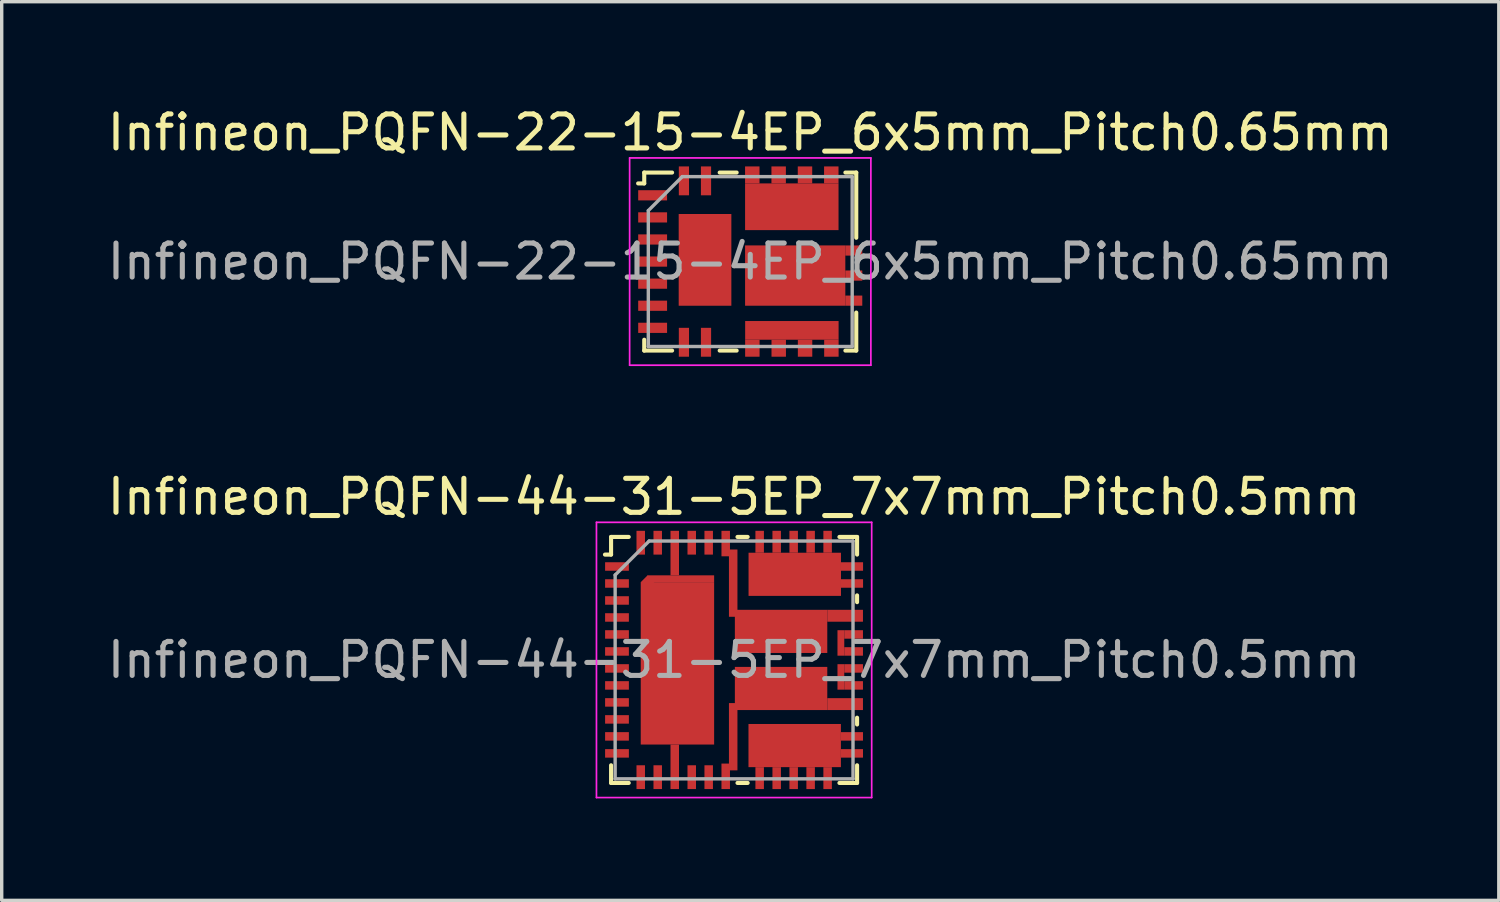
<source format=kicad_pcb>
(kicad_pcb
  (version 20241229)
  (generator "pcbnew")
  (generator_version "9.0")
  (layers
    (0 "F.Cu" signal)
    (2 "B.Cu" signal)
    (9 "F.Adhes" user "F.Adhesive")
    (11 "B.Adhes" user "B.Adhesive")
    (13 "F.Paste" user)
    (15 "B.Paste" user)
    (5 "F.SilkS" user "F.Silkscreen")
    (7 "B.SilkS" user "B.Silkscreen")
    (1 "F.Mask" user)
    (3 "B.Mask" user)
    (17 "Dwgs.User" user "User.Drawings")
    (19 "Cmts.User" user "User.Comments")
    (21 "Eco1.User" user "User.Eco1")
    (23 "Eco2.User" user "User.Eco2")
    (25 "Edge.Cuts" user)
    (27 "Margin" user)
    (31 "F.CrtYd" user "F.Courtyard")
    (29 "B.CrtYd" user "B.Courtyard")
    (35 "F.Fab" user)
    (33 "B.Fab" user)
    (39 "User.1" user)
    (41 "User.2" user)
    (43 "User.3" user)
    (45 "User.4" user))
  (footprint "Infineon_PQFN-22-15-4EP_6x5mm_Pitch0.65mm"
    (layer "F.Cu")
    (at 19.03 4.648)
    (property "Reference" "Infineon_PQFN-22-15-4EP_6x5mm_Pitch0.65mm" (at 0 -3.8 0) (layer "F.SilkS") (effects (font (size 1 1) (thickness 0.15))))
    (attr smd)
    (fp_line (start -3.12 -2.3) (end -3.3 -2.3) (stroke (width 0.12) (type solid)) (layer "F.SilkS"))
    (fp_line (start -3.12 -2.3) (end -3.12 -2.62) (stroke (width 0.12) (type solid)) (layer "F.SilkS"))
    (fp_line (start -3.12 2.62) (end -3.12 2.3) (stroke (width 0.12) (type solid)) (layer "F.SilkS"))
    (fp_line (start -2.3 -2.62) (end -3.12 -2.62) (stroke (width 0.12) (type solid)) (layer "F.SilkS"))
    (fp_line (start -2.3 2.62) (end -3.12 2.62) (stroke (width 0.12) (type solid)) (layer "F.SilkS"))
    (fp_line (start -0.9 -2.62) (end -0.4 -2.62) (stroke (width 0.12) (type solid)) (layer "F.SilkS"))
    (fp_line (start -0.9 2.62) (end -0.4 2.62) (stroke (width 0.12) (type solid)) (layer "F.SilkS"))
    (fp_line (start 3.12 -2.62) (end 2.8 -2.62) (stroke (width 0.12) (type solid)) (layer "F.SilkS"))
    (fp_line (start 3.12 -2.62) (end 3.12 -0.7) (stroke (width 0.12) (type solid)) (layer "F.SilkS"))
    (fp_line (start 3.12 1.5) (end 3.12 2.62) (stroke (width 0.12) (type solid)) (layer "F.SilkS"))
    (fp_line (start 3.12 2.62) (end 2.8 2.62) (stroke (width 0.12) (type solid)) (layer "F.SilkS"))
    (fp_line (start -3.55 -3.05) (end -3.55 3.05) (stroke (width 0.05) (type solid)) (layer "F.CrtYd"))
    (fp_line (start -3.55 3.05) (end 3.55 3.05) (stroke (width 0.05) (type solid)) (layer "F.CrtYd"))
    (fp_line (start 3.55 -3.05) (end -3.55 -3.05) (stroke (width 0.05) (type solid)) (layer "F.CrtYd"))
    (fp_line (start 3.55 3.05) (end 3.55 -3.05) (stroke (width 0.05) (type solid)) (layer "F.CrtYd"))
    (fp_line (start -3 2.5) (end -3 -1.5) (stroke (width 0.1) (type solid)) (layer "F.Fab"))
    (fp_line (start -2 -2.5) (end -3 -1.5) (stroke (width 0.1) (type solid)) (layer "F.Fab"))
    (fp_line (start -2 -2.5) (end 3 -2.5) (stroke (width 0.1) (type solid)) (layer "F.Fab"))
    (fp_line (start 3 -2.5) (end 3 2.5) (stroke (width 0.1) (type solid)) (layer "F.Fab"))
    (fp_line (start 3 2.5) (end -3 2.5) (stroke (width 0.1) (type solid)) (layer "F.Fab"))
    (fp_text user "${REFERENCE}" (at 0 0 0) (layer "F.Fab") (effects (font (size 1 1) (thickness 0.15))))
    (pad "" smd rect (at -2.873 -1.95) (size 0.8 0.27) (layers "F.Paste"))
    (pad "" smd rect (at -2.873 -1.3) (size 0.8 0.27) (layers "F.Paste"))
    (pad "" smd rect (at -2.873 -0.65) (size 0.8 0.27) (layers "F.Paste"))
    (pad "" smd rect (at -2.873 0) (size 0.8 0.27) (layers "F.Paste"))
    (pad "" smd rect (at -2.873 0.65) (size 0.8 0.27) (layers "F.Paste"))
    (pad "" smd rect (at -2.873 1.3) (size 0.8 0.27) (layers "F.Paste"))
    (pad "" smd rect (at -2.873 1.95) (size 0.8 0.27) (layers "F.Paste"))
    (pad "" smd rect (at -1.952 -2.37) (size 0.27 0.8) (layers "F.Paste"))
    (pad "" smd rect (at -1.952 2.37) (size 0.27 0.8) (layers "F.Paste"))
    (pad "" smd rect (at -1.752 -0.795) (size 0.7 1.22) (layers "F.Paste"))
    (pad "" smd rect (at -1.752 0.695) (size 0.7 1.22) (layers "F.Paste"))
    (pad "" smd rect (at -1.302 -2.37) (size 0.27 0.8) (layers "F.Paste"))
    (pad "" smd rect (at -1.302 2.37) (size 0.27 0.8) (layers "F.Paste"))
    (pad "" smd rect (at -0.902 -0.795) (size 0.7 1.22) (layers "F.Paste"))
    (pad "" smd rect (at -0.902 0.695) (size 0.7 1.22) (layers "F.Paste"))
    (pad "" smd rect (at 0.06 -2.4) (size 0.425 0.625) (layers "F.Paste"))
    (pad "" smd rect (at 0.062 2.22) (size 0.425 0.95) (layers "F.Paste"))
    (pad "" smd rect (at 0.468 0.412) (size 1.24 1.78) (layers "F.Paste"))
    (pad "" smd rect (at 0.527 -1.45) (size 1.25 0.96) (layers "F.Paste"))
    (pad "" smd rect (at 0.836 -2.4) (size 0.425 0.625) (layers "F.Paste"))
    (pad "" smd rect (at 0.838 2.22) (size 0.425 0.95) (layers "F.Paste"))
    (pad "" smd rect (at 1.611 -2.4) (size 0.425 0.625) (layers "F.Paste"))
    (pad "" smd rect (at 1.613 2.22) (size 0.425 0.95) (layers "F.Paste"))
    (pad "" smd rect (at 1.847 0.412) (size 1.24 1.78) (layers "F.Paste"))
    (pad "" smd rect (at 1.927 -1.45) (size 1.25 0.96) (layers "F.Paste"))
    (pad "" smd rect (at 2.385 -2.4) (size 0.425 0.625) (layers "F.Paste"))
    (pad "" smd rect (at 2.388 2.22) (size 0.425 0.95) (layers "F.Paste"))
    (pad "" smd rect (at 2.908 -0.328) (size 0.625 0.29) (layers "F.Paste"))
    (pad "" smd rect (at 2.908 0.412) (size 0.625 0.29) (layers "F.Paste"))
    (pad "" smd rect (at 2.908 1.153) (size 0.625 0.29) (layers "F.Paste"))
    (pad "1" smd rect (at -2.873 -1.95) (size 0.85 0.3) (layers "F.Cu" "F.Mask"))
    (pad "2" smd rect (at -2.873 -1.3) (size 0.85 0.3) (layers "F.Cu" "F.Mask"))
    (pad "3" smd rect (at -2.873 -0.65) (size 0.85 0.3) (layers "F.Cu" "F.Mask"))
    (pad "4" smd rect (at -2.873 0) (size 0.85 0.3) (layers "F.Cu" "F.Mask"))
    (pad "5" smd rect (at -2.873 0.65) (size 0.85 0.3) (layers "F.Cu" "F.Mask"))
    (pad "6" smd rect (at -2.873 1.3) (size 0.85 0.3) (layers "F.Cu" "F.Mask"))
    (pad "7" smd rect (at -2.873 1.95) (size 0.85 0.3) (layers "F.Cu" "F.Mask"))
    (pad "8" smd rect (at -1.952 2.375) (size 0.3 0.85) (layers "F.Cu" "F.Mask"))
    (pad "9" smd rect (at -1.302 2.375) (size 0.3 0.85) (layers "F.Cu" "F.Mask"))
    (pad "10" smd rect (at 0.062 2.55) (size 0.425 0.5) (layers "F.Cu" "F.Mask"))
    (pad "10" smd rect (at 0.838 2.55) (size 0.425 0.5) (layers "F.Cu" "F.Mask"))
    (pad "10" smd rect (at 1.225 2.025) (size 2.75 0.55) (layers "F.Cu" "F.Mask"))
    (pad "10" smd rect (at 1.613 2.55) (size 0.425 0.5) (layers "F.Cu" "F.Mask"))
    (pad "10" smd rect (at 2.388 2.55) (size 0.425 0.5) (layers "F.Cu" "F.Mask"))
    (pad "11" smd rect (at 1.323 0.412) (size 2.95 1.775) (layers "F.Cu" "F.Mask"))
    (pad "11" smd rect (at 3.047 -0.325) (size 0.5 0.299) (layers "F.Cu" "F.Mask"))
    (pad "11" smd rect (at 3.047 0.412) (size 0.5 0.3) (layers "F.Cu" "F.Mask"))
    (pad "11" smd rect (at 3.047 1.15) (size 0.5 0.299) (layers "F.Cu" "F.Mask"))
    (pad "12" smd rect (at 0.06 -2.55) (size 0.425 0.5) (layers "F.Cu" "F.Mask"))
    (pad "12" smd rect (at 0.836 -2.55) (size 0.425 0.5) (layers "F.Cu" "F.Mask"))
    (pad "12" smd rect (at 1.223 -1.613) (size 2.75 1.375) (layers "F.Cu" "F.Mask"))
    (pad "12" smd rect (at 1.611 -2.55) (size 0.425 0.5) (layers "F.Cu" "F.Mask"))
    (pad "12" smd rect (at 2.385 -2.55) (size 0.425 0.5) (layers "F.Cu" "F.Mask"))
    (pad "13" smd rect (at -1.302 -2.375) (size 0.3 0.85) (layers "F.Cu" "F.Mask"))
    (pad "14" smd rect (at -1.952 -2.375) (size 0.3 0.85) (layers "F.Cu" "F.Mask"))
    (pad "15" smd rect (at -1.331 -0.05) (size 1.55 2.7) (layers "F.Cu" "F.Mask")))
  (footprint "Infineon_PQFN-44-31-5EP_7x7mm_Pitch0.5mm"
    (layer "F.Cu")
    (at 18.554 16.372)
    (property "Reference" "Infineon_PQFN-44-31-5EP_7x7mm_Pitch0.5mm" (at 0 -4.8 0) (layer "F.SilkS") (effects (font (size 1 1) (thickness 0.15))))
    (attr smd)
    (fp_line (start -3.62 -3.1) (end -3.8 -3.1) (stroke (width 0.12) (type solid)) (layer "F.SilkS"))
    (fp_line (start -3.62 -3.1) (end -3.62 -3.62) (stroke (width 0.12) (type solid)) (layer "F.SilkS"))
    (fp_line (start -3.62 3.62) (end -3.62 3.1) (stroke (width 0.12) (type solid)) (layer "F.SilkS"))
    (fp_line (start -3.1 -3.62) (end -3.62 -3.62) (stroke (width 0.12) (type solid)) (layer "F.SilkS"))
    (fp_line (start -3.1 3.62) (end -3.62 3.62) (stroke (width 0.12) (type solid)) (layer "F.SilkS"))
    (fp_line (start 0.1 -3.62) (end 0.4 -3.62) (stroke (width 0.12) (type solid)) (layer "F.SilkS"))
    (fp_line (start 0.1 3.62) (end 0.4 3.62) (stroke (width 0.12) (type solid)) (layer "F.SilkS"))
    (fp_line (start 3.62 -3.62) (end 3.1 -3.62) (stroke (width 0.12) (type solid)) (layer "F.SilkS"))
    (fp_line (start 3.62 -3.62) (end 3.62 -3.1) (stroke (width 0.12) (type solid)) (layer "F.SilkS"))
    (fp_line (start 3.62 -1.9) (end 3.62 -1.7) (stroke (width 0.12) (type solid)) (layer "F.SilkS"))
    (fp_line (start 3.62 1.9) (end 3.62 1.7) (stroke (width 0.12) (type solid)) (layer "F.SilkS"))
    (fp_line (start 3.62 3.1) (end 3.62 3.62) (stroke (width 0.12) (type solid)) (layer "F.SilkS"))
    (fp_line (start 3.62 3.62) (end 3.1 3.62) (stroke (width 0.12) (type solid)) (layer "F.SilkS"))
    (fp_line (start -4.05 -4.05) (end -4.05 4.05) (stroke (width 0.05) (type solid)) (layer "F.CrtYd"))
    (fp_line (start -4.05 4.05) (end 4.05 4.05) (stroke (width 0.05) (type solid)) (layer "F.CrtYd"))
    (fp_line (start 4.05 -4.05) (end -4.05 -4.05) (stroke (width 0.05) (type solid)) (layer "F.CrtYd"))
    (fp_line (start 4.05 4.05) (end 4.05 -4.05) (stroke (width 0.05) (type solid)) (layer "F.CrtYd"))
    (fp_line (start -3.5 3.5) (end -3.5 -2.5) (stroke (width 0.1) (type solid)) (layer "F.Fab"))
    (fp_line (start -2.5 -3.5) (end -3.5 -2.5) (stroke (width 0.1) (type solid)) (layer "F.Fab"))
    (fp_line (start -2.5 -3.5) (end 3.5 -3.5) (stroke (width 0.1) (type solid)) (layer "F.Fab"))
    (fp_line (start 3.5 -3.5) (end 3.5 3.5) (stroke (width 0.1) (type solid)) (layer "F.Fab"))
    (fp_line (start 3.5 3.5) (end -3.5 3.5) (stroke (width 0.1) (type solid)) (layer "F.Fab"))
    (fp_text user "${REFERENCE}" (at 0 0 0) (layer "F.Fab") (effects (font (size 1 1) (thickness 0.15))))
    (pad "" smd rect (at -3.321 -2.75) (size 0.39 0.22) (layers "F.Paste"))
    (pad "" smd rect (at -3.321 -2.25) (size 0.39 0.22) (layers "F.Paste"))
    (pad "" smd rect (at -3.321 -1.75) (size 0.39 0.22) (layers "F.Paste"))
    (pad "" smd rect (at -3.321 -1.25) (size 0.39 0.22) (layers "F.Paste"))
    (pad "" smd rect (at -3.321 -0.75) (size 0.39 0.22) (layers "F.Paste"))
    (pad "" smd rect (at -3.321 -0.25) (size 0.39 0.22) (layers "F.Paste"))
    (pad "" smd rect (at -3.321 0.25) (size 0.39 0.22) (layers "F.Paste"))
    (pad "" smd rect (at -3.321 0.75) (size 0.39 0.22) (layers "F.Paste"))
    (pad "" smd rect (at -3.321 1.25) (size 0.39 0.22) (layers "F.Paste"))
    (pad "" smd rect (at -3.321 1.75) (size 0.39 0.22) (layers "F.Paste"))
    (pad "" smd rect (at -3.321 2.25) (size 0.39 0.22) (layers "F.Paste"))
    (pad "" smd rect (at -3.321 2.75) (size 0.39 0.22) (layers "F.Paste"))
    (pad "" smd rect (at -2.747 -3.325) (size 0.22 0.39) (layers "F.Paste"))
    (pad "" smd rect (at -2.747 3.325) (size 0.22 0.39) (layers "F.Paste"))
    (pad "" smd rect (at -2.247 -3.325) (size 0.22 0.39) (layers "F.Paste"))
    (pad "" smd rect (at -2.247 3.325) (size 0.22 0.39) (layers "F.Paste"))
    (pad "" smd rect (at -2.207 -1.76) (size 0.77 0.93) (layers "F.Mask" "F.Paste"))
    (pad "" smd rect (at -2.207 -0.52) (size 0.77 0.93) (layers "F.Mask" "F.Paste"))
    (pad "" smd rect (at -2.207 0.72) (size 0.77 0.93) (layers "F.Mask" "F.Paste"))
    (pad "" smd rect (at -2.207 1.96) (size 0.77 0.93) (layers "F.Mask" "F.Paste"))
    (pad "" smd rect (at -1.746 -3.015) (size 0.23 1.01) (layers "F.Paste"))
    (pad "" smd rect (at -1.746 3.015) (size 0.23 1.01) (layers "F.Paste"))
    (pad "" smd rect (at -1.246 -3.325) (size 0.22 0.39) (layers "F.Paste"))
    (pad "" smd rect (at -1.246 3.325) (size 0.22 0.39) (layers "F.Paste"))
    (pad "" smd rect (at -1.127 -1.76) (size 0.77 0.93) (layers "F.Mask" "F.Paste"))
    (pad "" smd rect (at -1.127 -0.52) (size 0.77 0.93) (layers "F.Mask" "F.Paste"))
    (pad "" smd rect (at -1.127 0.72) (size 0.77 0.93) (layers "F.Mask" "F.Paste"))
    (pad "" smd rect (at -1.127 1.96) (size 0.77 0.93) (layers "F.Mask" "F.Paste"))
    (pad "" smd rect (at -0.747 -3.325) (size 0.22 0.39) (layers "F.Paste"))
    (pad "" smd rect (at -0.747 3.325) (size 0.22 0.39) (layers "F.Paste"))
    (pad "" smd rect (at -0.246 -3.28) (size 0.23 0.44) (layers "F.Paste"))
    (pad "" smd rect (at -0.246 3.28) (size 0.23 0.44) (layers "F.Paste"))
    (pad "" smd rect (at -0.026 -3.07) (size 0.21 0.34) (layers "F.Paste"))
    (pad "" smd rect (at -0.026 -2.37) (size 0.21 0.34) (layers "F.Paste"))
    (pad "" smd rect (at -0.026 -1.67) (size 0.21 0.34) (layers "F.Paste"))
    (pad "" smd rect (at -0.026 1.67) (size 0.21 0.34) (layers "F.Paste"))
    (pad "" smd rect (at -0.026 2.37) (size 0.21 0.34) (layers "F.Paste"))
    (pad "" smd rect (at -0.026 3.07) (size 0.21 0.34) (layers "F.Paste"))
    (pad "" smd rect (at 0.473 -0.84) (size 0.68 0.9) (layers "F.Mask" "F.Paste"))
    (pad "" smd rect (at 0.473 0.84) (size 0.68 0.9) (layers "F.Mask" "F.Paste"))
    (pad "" smd rect (at 0.753 -3.325) (size 0.22 0.35) (layers "F.Mask" "F.Paste"))
    (pad "" smd rect (at 0.753 3.325) (size 0.22 0.35) (layers "F.Mask" "F.Paste"))
    (pad "" smd rect (at 0.876 -2.515) (size 0.65 0.9) (layers "F.Mask" "F.Paste"))
    (pad "" smd rect (at 0.876 2.515) (size 0.65 0.9) (layers "F.Mask" "F.Paste"))
    (pad "" smd rect (at 1.254 -3.325) (size 0.22 0.35) (layers "F.Mask" "F.Paste"))
    (pad "" smd rect (at 1.254 3.325) (size 0.22 0.35) (layers "F.Mask" "F.Paste"))
    (pad "" smd rect (at 1.383 -0.84) (size 0.68 0.9) (layers "F.Mask" "F.Paste"))
    (pad "" smd rect (at 1.383 0.84) (size 0.68 0.9) (layers "F.Mask" "F.Paste"))
    (pad "" smd rect (at 1.754 -3.325) (size 0.22 0.35) (layers "F.Mask" "F.Paste"))
    (pad "" smd rect (at 1.754 3.325) (size 0.22 0.35) (layers "F.Mask" "F.Paste"))
    (pad "" smd rect (at 1.786 -2.515) (size 0.65 0.9) (layers "F.Mask" "F.Paste"))
    (pad "" smd rect (at 1.786 2.515) (size 0.65 0.9) (layers "F.Mask" "F.Paste"))
    (pad "" smd rect (at 2.253 -3.325) (size 0.22 0.35) (layers "F.Mask" "F.Paste"))
    (pad "" smd rect (at 2.253 3.325) (size 0.22 0.35) (layers "F.Mask" "F.Paste"))
    (pad "" smd rect (at 2.293 -0.84) (size 0.68 0.9) (layers "F.Mask" "F.Paste"))
    (pad "" smd rect (at 2.293 0.84) (size 0.68 0.9) (layers "F.Mask" "F.Paste"))
    (pad "" smd rect (at 2.696 -2.515) (size 0.65 0.9) (layers "F.Mask" "F.Paste"))
    (pad "" smd rect (at 2.696 2.515) (size 0.65 0.9) (layers "F.Mask" "F.Paste"))
    (pad "" smd rect (at 2.753 -3.325) (size 0.22 0.35) (layers "F.Mask" "F.Paste"))
    (pad "" smd rect (at 2.753 3.325) (size 0.22 0.35) (layers "F.Mask" "F.Paste"))
    (pad "" smd rect (at 3.163 -1.3) (size 0.68 0.22) (layers "F.Mask" "F.Paste"))
    (pad "" smd rect (at 3.163 1.3) (size 0.68 0.22) (layers "F.Mask" "F.Paste"))
    (pad "" smd rect (at 3.284 -0.75) (size 0.44 0.22) (layers "F.Mask" "F.Paste"))
    (pad "" smd rect (at 3.284 -0.25) (size 0.44 0.22) (layers "F.Mask" "F.Paste"))
    (pad "" smd rect (at 3.284 0.25) (size 0.44 0.22) (layers "F.Mask" "F.Paste"))
    (pad "" smd rect (at 3.284 0.75) (size 0.44 0.22) (layers "F.Mask" "F.Paste"))
    (pad "" smd rect (at 3.364 -2.75) (size 0.28 0.22) (layers "F.Mask" "F.Paste"))
    (pad "" smd rect (at 3.364 -2.25) (size 0.28 0.22) (layers "F.Mask" "F.Paste"))
    (pad "" smd rect (at 3.364 2.25) (size 0.28 0.22) (layers "F.Mask" "F.Paste"))
    (pad "" smd rect (at 3.364 2.75) (size 0.28 0.22) (layers "F.Mask" "F.Paste"))
    (pad "1" smd rect (at -3.446 -2.75) (size 0.7 0.25) (layers "F.Cu" "F.Mask"))
    (pad "2" smd rect (at -3.446 -2.25) (size 0.7 0.25) (layers "F.Cu" "F.Mask"))
    (pad "3" smd rect (at -3.446 -1.75) (size 0.7 0.25) (layers "F.Cu" "F.Mask"))
    (pad "4" smd rect (at -3.446 -1.25) (size 0.7 0.25) (layers "F.Cu" "F.Mask"))
    (pad "5" smd rect (at -3.446 -0.75) (size 0.7 0.25) (layers "F.Cu" "F.Mask"))
    (pad "6" smd rect (at -3.446 -0.25) (size 0.7 0.25) (layers "F.Cu" "F.Mask"))
    (pad "7" smd rect (at -3.446 0.25) (size 0.7 0.25) (layers "F.Cu" "F.Mask"))
    (pad "8" smd rect (at -3.446 0.75) (size 0.7 0.25) (layers "F.Cu" "F.Mask"))
    (pad "9" smd rect (at -3.446 1.25) (size 0.7 0.25) (layers "F.Cu" "F.Mask"))
    (pad "10" smd rect (at -3.446 1.75) (size 0.7 0.25) (layers "F.Cu" "F.Mask"))
    (pad "11" smd rect (at -3.446 2.25) (size 0.7 0.25) (layers "F.Cu" "F.Mask"))
    (pad "12" smd rect (at -3.446 2.75) (size 0.7 0.25) (layers "F.Cu" "F.Mask"))
    (pad "13" smd rect (at -2.747 3.45) (size 0.25 0.7) (layers "F.Cu" "F.Mask"))
    (pad "14" smd rect (at -2.247 3.45) (size 0.25 0.7) (layers "F.Cu" "F.Mask"))
    (pad "16" smd rect (at -1.246 3.45) (size 0.25 0.7) (layers "F.Cu" "F.Mask"))
    (pad "17" smd rect (at -0.747 3.45) (size 0.25 0.7) (layers "F.Cu" "F.Mask"))
    (pad "19" smd rect (at 0.753 3.478) (size 0.25 0.645) (layers "F.Cu" "F.Mask"))
    (pad "19" smd rect (at 1.254 3.478) (size 0.25 0.645) (layers "F.Cu" "F.Mask"))
    (pad "19" smd rect (at 1.754 3.478) (size 0.25 0.645) (layers "F.Cu" "F.Mask"))
    (pad "19" smd rect (at 1.784 2.52) (size 2.72 1.27) (layers "F.Cu" "F.Mask"))
    (pad "19" smd rect (at 2.253 3.478) (size 0.25 0.645) (layers "F.Cu" "F.Mask"))
    (pad "19" smd rect (at 2.753 3.478) (size 0.25 0.645) (layers "F.Cu" "F.Mask"))
    (pad "19" smd rect (at 3.469 2.25) (size 0.65 0.25) (layers "F.Cu" "F.Mask"))
    (pad "19" smd rect (at 3.469 2.75) (size 0.65 0.25) (layers "F.Cu" "F.Mask"))
    (pad "20" smd rect (at -0.246 3.425) (size 0.25 0.75) (layers "F.Cu" "F.Mask"))
    (pad "20" smd rect (at -0.026 2.26) (size 0.25 1.98) (layers "F.Cu" "F.Mask"))
    (pad "20" smd rect (at 1.383 0.84) (size 2.72 1.27) (layers "F.Cu" "F.Mask"))
    (pad "20" smd rect (at 3.268 1.3) (size 1.05 0.35) (layers "F.Cu" "F.Mask"))
    (pad "21" smd rect (at 3.143 0.5) (size 0.2 0.75) (layers "F.Cu" "F.Mask"))
    (pad "21" smd rect (at 3.518 0.25) (size 0.55 0.25) (layers "F.Cu" "F.Mask"))
    (pad "21" smd rect (at 3.518 0.75) (size 0.55 0.25) (layers "F.Cu" "F.Mask"))
    (pad "22" smd rect (at 3.143 -0.5) (size 0.2 0.75) (layers "F.Cu" "F.Mask"))
    (pad "22" smd rect (at 3.518 -0.75) (size 0.55 0.25) (layers "F.Cu" "F.Mask"))
    (pad "22" smd rect (at 3.518 -0.25) (size 0.55 0.25) (layers "F.Cu" "F.Mask"))
    (pad "23" smd rect (at -0.246 -3.425) (size 0.25 0.75) (layers "F.Cu" "F.Mask"))
    (pad "23" smd rect (at -0.026 -2.26) (size 0.25 1.98) (layers "F.Cu" "F.Mask"))
    (pad "23" smd rect (at 1.383 -0.84) (size 2.72 1.27) (layers "F.Cu" "F.Mask"))
    (pad "23" smd rect (at 3.268 -1.3) (size 1.05 0.35) (layers "F.Cu" "F.Mask"))
    (pad "24" smd rect (at 0.753 -3.478) (size 0.25 0.645) (layers "F.Cu" "F.Mask"))
    (pad "24" smd rect (at 1.254 -3.478) (size 0.25 0.645) (layers "F.Cu" "F.Mask"))
    (pad "24" smd rect (at 1.754 -3.478) (size 0.25 0.645) (layers "F.Cu" "F.Mask"))
    (pad "24" smd rect (at 1.786 -2.52) (size 2.72 1.27) (layers "F.Cu" "F.Mask"))
    (pad "24" smd rect (at 2.253 -3.478) (size 0.25 0.645) (layers "F.Cu" "F.Mask"))
    (pad "24" smd rect (at 2.753 -3.478) (size 0.25 0.645) (layers "F.Cu" "F.Mask"))
    (pad "24" smd rect (at 3.471 -2.75) (size 0.65 0.25) (layers "F.Cu" "F.Mask"))
    (pad "24" smd rect (at 3.471 -2.25) (size 0.65 0.25) (layers "F.Cu" "F.Mask"))
    (pad "26" smd rect (at -0.747 -3.45) (size 0.25 0.7) (layers "F.Cu" "F.Mask"))
    (pad "27" smd rect (at -1.246 -3.45) (size 0.25 0.7) (layers "F.Cu" "F.Mask"))
    (pad "29" smd rect (at -2.247 -3.45) (size 0.25 0.7) (layers "F.Cu" "F.Mask"))
    (pad "30" smd rect (at -2.747 -3.45) (size 0.25 0.7) (layers "F.Cu" "F.Mask"))
    (pad "31" smd rect (at -2.546 -2.29 45) (size 0.283 0.283) (layers "F.Cu" "F.Mask"))
    (pad "31" smd rect (at -1.746 -3.145) (size 0.25 1.31) (layers "F.Cu" "F.Mask"))
    (pad "31" smd rect (at -1.746 3.145) (size 0.25 1.31) (layers "F.Cu" "F.Mask"))
    (pad "31" smd rect (at -1.667 0.1) (size 2.16 4.78) (layers "F.Cu" "F.Mask"))
    (pad "31" smd rect (at -1.567 -2.39) (size 1.96 0.2) (layers "F.Cu" "F.Mask")))
  (gr_rect
    (start -3 -3)
    (end 41.06 23.447)
    (stroke (width 0.1) (type default))
    (fill no)
    (layer "Edge.Cuts")))
</source>
